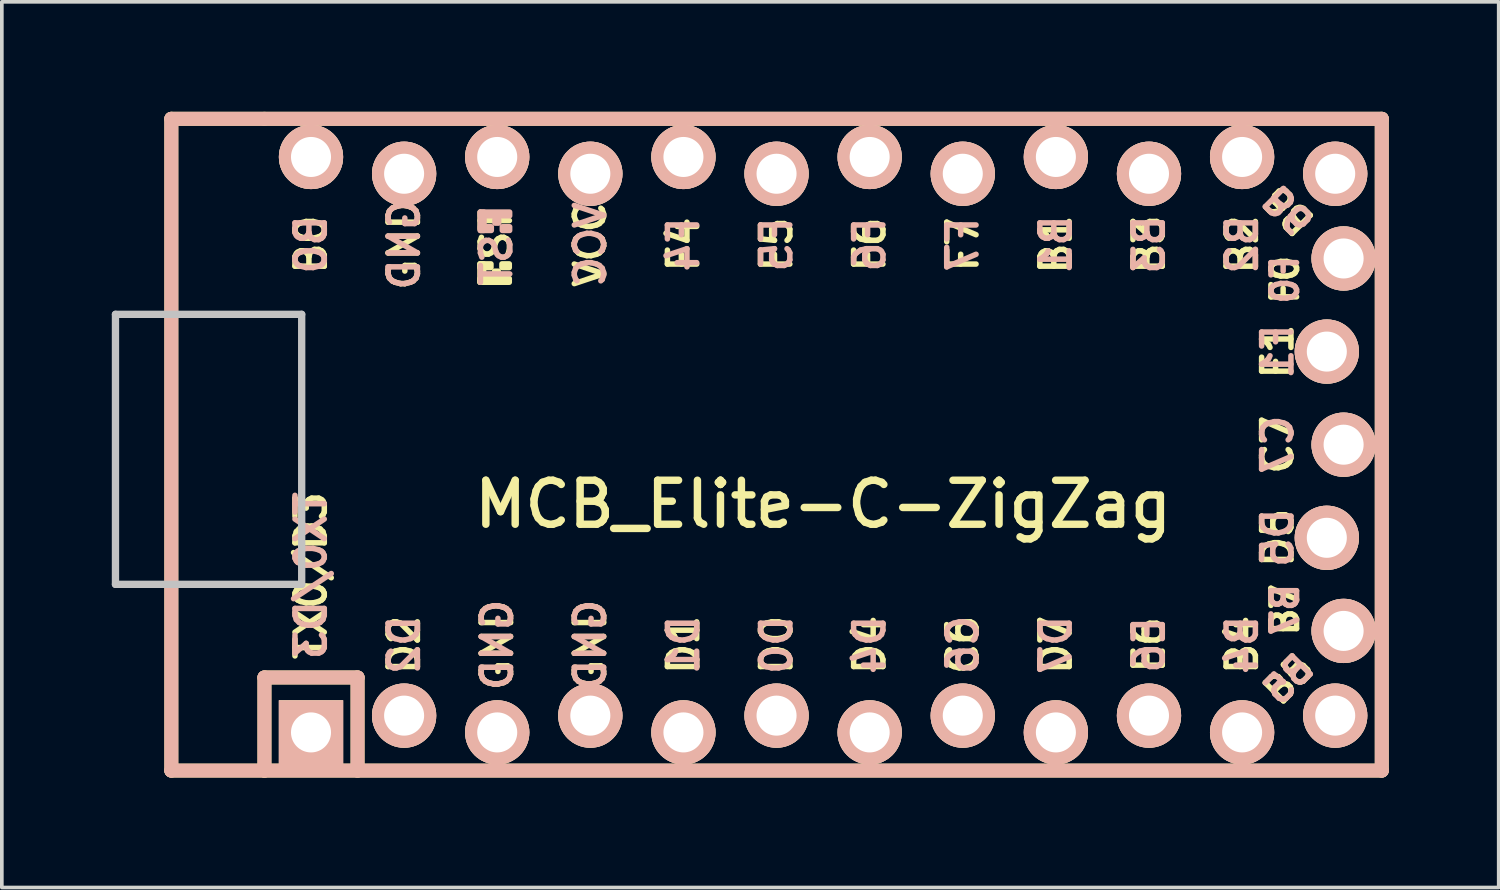
<source format=kicad_pcb>
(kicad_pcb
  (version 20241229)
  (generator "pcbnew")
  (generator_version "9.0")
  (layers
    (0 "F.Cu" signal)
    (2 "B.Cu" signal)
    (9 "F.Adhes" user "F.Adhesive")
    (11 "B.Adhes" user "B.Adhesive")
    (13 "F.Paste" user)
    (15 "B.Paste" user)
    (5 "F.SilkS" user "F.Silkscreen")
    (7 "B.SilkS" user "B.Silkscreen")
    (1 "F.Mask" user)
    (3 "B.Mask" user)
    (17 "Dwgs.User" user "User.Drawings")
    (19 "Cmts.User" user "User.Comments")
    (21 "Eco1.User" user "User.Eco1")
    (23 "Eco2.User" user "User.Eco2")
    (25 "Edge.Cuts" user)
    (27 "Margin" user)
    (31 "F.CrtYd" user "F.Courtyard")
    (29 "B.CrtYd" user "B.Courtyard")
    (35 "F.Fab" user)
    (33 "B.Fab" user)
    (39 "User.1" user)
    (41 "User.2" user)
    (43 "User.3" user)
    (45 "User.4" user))
  (footprint "MCB_Elite-C-ZigZag"
    (layer "F.Cu")
    (at 19.404 9.081)
    (property "Reference" "MCB_Elite-C-ZigZag" (at 0 1.625 0) (layer "F.SilkS") (effects (font (size 1.2 1.2) (thickness 0.203))))
    (attr through_hole)
    (fp_line (start -17.78 -8.89) (end -17.78 8.89) (stroke (width 0.381) (type solid)) (layer "F.SilkS"))
    (fp_line (start -17.78 8.89) (end -15.24 8.89) (stroke (width 0.381) (type solid)) (layer "F.SilkS"))
    (fp_line (start -15.24 -8.89) (end -17.78 -8.89) (stroke (width 0.381) (type solid)) (layer "F.SilkS"))
    (fp_line (start -15.24 6.35) (end -15.24 8.89) (stroke (width 0.381) (type solid)) (layer "F.SilkS"))
    (fp_line (start -15.24 6.35) (end -12.7 6.35) (stroke (width 0.381) (type solid)) (layer "F.SilkS"))
    (fp_line (start -15.24 8.89) (end 15.24 8.89) (stroke (width 0.381) (type solid)) (layer "F.SilkS"))
    (fp_line (start -12.7 6.35) (end -12.7 8.89) (stroke (width 0.381) (type solid)) (layer "F.SilkS"))
    (fp_line (start 15.24 -8.89) (end -15.24 -8.89) (stroke (width 0.381) (type solid)) (layer "F.SilkS"))
    (fp_line (start 15.24 8.89) (end 15.24 -8.89) (stroke (width 0.381) (type solid)) (layer "F.SilkS"))
    (fp_poly (pts (xy -9.361 -4.932) (xy -9.261 -4.932) (xy -9.261 -4.432) (xy -9.361 -4.432)) (stroke (width 0.15) (type solid)) (fill yes) (layer "F.SilkS"))
    (fp_poly (pts (xy -9.361 -4.932) (xy -9.061 -4.932) (xy -9.061 -4.832) (xy -9.361 -4.832)) (stroke (width 0.15) (type solid)) (fill yes) (layer "F.SilkS"))
    (fp_poly (pts (xy -9.361 -4.532) (xy -8.561 -4.532) (xy -8.561 -4.432) (xy -9.361 -4.432)) (stroke (width 0.15) (type solid)) (fill yes) (layer "F.SilkS"))
    (fp_poly (pts (xy -8.961 -4.732) (xy -8.861 -4.732) (xy -8.861 -4.632) (xy -8.961 -4.632)) (stroke (width 0.15) (type solid)) (fill yes) (layer "F.SilkS"))
    (fp_poly (pts (xy -8.761 -4.932) (xy -8.561 -4.932) (xy -8.561 -4.832) (xy -8.761 -4.832)) (stroke (width 0.15) (type solid)) (fill yes) (layer "F.SilkS"))
    (fp_line (start -17.78 -8.89) (end -17.78 8.89) (stroke (width 0.381) (type solid)) (layer "B.SilkS"))
    (fp_line (start -17.78 8.89) (end 15.24 8.89) (stroke (width 0.381) (type solid)) (layer "B.SilkS"))
    (fp_line (start -15.24 6.35) (end -15.24 8.89) (stroke (width 0.381) (type solid)) (layer "B.SilkS"))
    (fp_line (start -15.24 6.35) (end -12.7 6.35) (stroke (width 0.381) (type solid)) (layer "B.SilkS"))
    (fp_line (start -12.7 6.35) (end -12.7 8.89) (stroke (width 0.381) (type solid)) (layer "B.SilkS"))
    (fp_line (start 15.24 -8.89) (end -17.78 -8.89) (stroke (width 0.381) (type solid)) (layer "B.SilkS"))
    (fp_line (start 15.24 8.89) (end 15.24 -8.89) (stroke (width 0.381) (type solid)) (layer "B.SilkS"))
    (fp_poly (pts (xy -9.351 -6.245) (xy -8.551 -6.245) (xy -8.551 -6.345) (xy -9.351 -6.345)) (stroke (width 0.15) (type solid)) (fill yes) (layer "B.SilkS"))
    (fp_poly (pts (xy -9.351 -5.845) (xy -9.251 -5.845) (xy -9.251 -6.345) (xy -9.351 -6.345)) (stroke (width 0.15) (type solid)) (fill yes) (layer "B.SilkS"))
    (fp_poly (pts (xy -9.351 -5.845) (xy -9.051 -5.845) (xy -9.051 -5.945) (xy -9.351 -5.945)) (stroke (width 0.15) (type solid)) (fill yes) (layer "B.SilkS"))
    (fp_poly (pts (xy -8.951 -6.045) (xy -8.851 -6.045) (xy -8.851 -6.145) (xy -8.951 -6.145)) (stroke (width 0.15) (type solid)) (fill yes) (layer "B.SilkS"))
    (fp_poly (pts (xy -8.751 -5.845) (xy -8.551 -5.845) (xy -8.551 -5.945) (xy -8.751 -5.945)) (stroke (width 0.15) (type solid)) (fill yes) (layer "B.SilkS"))
    (fp_line (start -19.304 -3.556) (end -14.224 -3.556) (stroke (width 0.2) (type solid)) (layer "Dwgs.User"))
    (fp_line (start -19.304 3.81) (end -19.304 -3.556) (stroke (width 0.2) (type solid)) (layer "Dwgs.User"))
    (fp_line (start -14.224 -3.556) (end -14.224 3.81) (stroke (width 0.2) (type solid)) (layer "Dwgs.User"))
    (fp_line (start -14.224 3.81) (end -19.304 3.81) (stroke (width 0.2) (type solid)) (layer "Dwgs.User"))
    (fp_text user "B3" (at 8.89 -5.461 90) (layer "F.SilkS") (effects (font (size 0.8 0.8) (thickness 0.15))))
    (fp_text user "GND" (at -6.35 5.461 90) (layer "F.SilkS") (effects (font (size 0.8 0.8) (thickness 0.15))))
    (fp_text user "C6" (at 3.81 5.461 90) (layer "F.SilkS") (effects (font (size 0.8 0.8) (thickness 0.15))))
    (fp_text user "B1" (at 6.35 -5.461 90) (layer "F.SilkS") (effects (font (size 0.8 0.8) (thickness 0.15))))
    (fp_text user "GND" (at -11.43 -5.461 90) (layer "F.SilkS") (effects (font (size 0.8 0.8) (thickness 0.15))))
    (fp_text user "GND" (at -8.89 5.461 90) (layer "F.SilkS") (effects (font (size 0.8 0.8) (thickness 0.15))))
    (fp_text user "F4" (at -3.81 -5.461 90) (layer "F.SilkS") (effects (font (size 0.8 0.8) (thickness 0.15))))
    (fp_text user "B7" (at 12.6 4.5 90) (layer "F.SilkS") (effects (font (size 0.7 0.7) (thickness 0.15))))
    (fp_text user "C7" (at 12.4 0 90) (layer "F.SilkS") (effects (font (size 0.8 0.8) (thickness 0.15))))
    (fp_text user "E6" (at 8.89 5.461 90) (layer "F.SilkS") (effects (font (size 0.8 0.8) (thickness 0.15))))
    (fp_text user "F6" (at 1.27 -5.461 90) (layer "F.SilkS") (effects (font (size 0.8 0.8) (thickness 0.15))))
    (fp_text user "VCC" (at -6.35 -5.461 90) (layer "F.SilkS") (effects (font (size 0.8 0.8) (thickness 0.15))))
    (fp_text user "B0" (at -13.97 -5.461 90) (layer "F.SilkS") (effects (font (size 0.8 0.8) (thickness 0.15))))
    (fp_text user "F0" (at 12.6 -4.5 90) (layer "F.SilkS") (effects (font (size 0.7 0.7) (thickness 0.15))))
    (fp_text user "B5" (at 12.7 6.4 45) (layer "F.SilkS") (effects (font (size 0.7 0.7) (thickness 0.15))))
    (fp_text user "ST" (at -8.92 -5.733 90) (layer "F.SilkS") (effects (font (size 0.8 0.8) (thickness 0.15))))
    (fp_text user "TX0/D3" (at -13.97 3.572 90) (layer "F.SilkS") (effects (font (size 0.8 0.8) (thickness 0.15))))
    (fp_text user "B2" (at 11.43 -5.461 90) (layer "F.SilkS") (effects (font (size 0.8 0.8) (thickness 0.15))))
    (fp_text user "D7" (at 6.35 5.461 90) (layer "F.SilkS") (effects (font (size 0.8 0.8) (thickness 0.15))))
    (fp_text user "D5" (at 12.4 2.54 90) (layer "F.SilkS") (effects (font (size 0.8 0.8) (thickness 0.15))))
    (fp_text user "F7" (at 3.81 -5.461 90) (layer "F.SilkS") (effects (font (size 0.8 0.8) (thickness 0.15))))
    (fp_text user "D0" (at -1.27 5.461 90) (layer "F.SilkS") (effects (font (size 0.8 0.8) (thickness 0.15))))
    (fp_text user "D1" (at -3.81 5.461 90) (layer "F.SilkS") (effects (font (size 0.8 0.8) (thickness 0.15))))
    (fp_text user "F5" (at -1.27 -5.461 90) (layer "F.SilkS") (effects (font (size 0.8 0.8) (thickness 0.15))))
    (fp_text user "D4" (at 1.27 5.461 90) (layer "F.SilkS") (effects (font (size 0.8 0.8) (thickness 0.15))))
    (fp_text user "B6" (at 12.7 -6.4 135) (unlocked yes) (layer "F.SilkS") (effects (font (size 0.7 0.7) (thickness 0.15))))
    (fp_text user "F1" (at 12.4 -2.54 90) (layer "F.SilkS") (effects (font (size 0.8 0.8) (thickness 0.15))))
    (fp_text user "B4" (at 11.43 5.461 90) (layer "F.SilkS") (effects (font (size 0.8 0.8) (thickness 0.15))))
    (fp_text user "D2" (at -11.43 5.461 90) (layer "F.SilkS") (effects (font (size 0.8 0.8) (thickness 0.15))))
    (fp_text user "B0" (at -13.97 -5.461 90) (layer "B.SilkS") (effects (font (size 0.8 0.8) (thickness 0.15)) (justify mirror)))
    (fp_text user "C7" (at 12.4 0 90) (layer "B.SilkS") (effects (font (size 0.8 0.8) (thickness 0.15)) (justify mirror)))
    (fp_text user "B6" (at 12.7 -6.4 135) (unlocked yes) (layer "B.SilkS") (effects (font (size 0.7 0.7) (thickness 0.15)) (justify mirror)))
    (fp_text user "F5" (at -1.27 -5.461 90) (layer "B.SilkS") (effects (font (size 0.8 0.8) (thickness 0.15)) (justify mirror)))
    (fp_text user "B5" (at 12.7 6.4 45) (layer "B.SilkS") (effects (font (size 0.7 0.7) (thickness 0.15)) (justify mirror)))
    (fp_text user "GND" (at -11.43 -5.461 90) (layer "B.SilkS") (effects (font (size 0.8 0.8) (thickness 0.15)) (justify mirror)))
    (fp_text user "B7" (at 12.6 4.5 90) (layer "B.SilkS") (effects (font (size 0.7 0.7) (thickness 0.15)) (justify mirror)))
    (fp_text user "D1" (at -3.81 5.461 90) (layer "B.SilkS") (effects (font (size 0.8 0.8) (thickness 0.15)) (justify mirror)))
    (fp_text user "C6" (at 3.81 5.461 90) (layer "B.SilkS") (effects (font (size 0.8 0.8) (thickness 0.15)) (justify mirror)))
    (fp_text user "E6" (at 8.89 5.461 90) (layer "B.SilkS") (effects (font (size 0.8 0.8) (thickness 0.15)) (justify mirror)))
    (fp_text user "F7" (at 3.81 -5.461 90) (layer "B.SilkS") (effects (font (size 0.8 0.8) (thickness 0.15)) (justify mirror)))
    (fp_text user "TX0/D3" (at -13.97 3.572 90) (layer "B.SilkS") (effects (font (size 0.8 0.8) (thickness 0.15)) (justify mirror)))
    (fp_text user "VCC" (at -6.35 -5.461 90) (layer "B.SilkS") (effects (font (size 0.8 0.8) (thickness 0.15)) (justify mirror)))
    (fp_text user "D5" (at 12.4 2.54 90) (layer "B.SilkS") (effects (font (size 0.8 0.8) (thickness 0.15)) (justify mirror)))
    (fp_text user "ST" (at -8.91 -5.04 90) (layer "B.SilkS") (effects (font (size 0.8 0.8) (thickness 0.15)) (justify mirror)))
    (fp_text user "D0" (at -1.27 5.461 90) (layer "B.SilkS") (effects (font (size 0.8 0.8) (thickness 0.15)) (justify mirror)))
    (fp_text user "B2" (at 11.43 -5.461 90) (layer "B.SilkS") (effects (font (size 0.8 0.8) (thickness 0.15)) (justify mirror)))
    (fp_text user "GND" (at -8.89 5.461 90) (layer "B.SilkS") (effects (font (size 0.8 0.8) (thickness 0.15)) (justify mirror)))
    (fp_text user "F4" (at -3.81 -5.461 90) (layer "B.SilkS") (effects (font (size 0.8 0.8) (thickness 0.15)) (justify mirror)))
    (fp_text user "B3" (at 8.89 -5.461 90) (layer "B.SilkS") (effects (font (size 0.8 0.8) (thickness 0.15)) (justify mirror)))
    (fp_text user "B1" (at 6.35 -5.461 90) (layer "B.SilkS") (effects (font (size 0.8 0.8) (thickness 0.15)) (justify mirror)))
    (fp_text user "F6" (at 1.27 -5.461 90) (layer "B.SilkS") (effects (font (size 0.8 0.8) (thickness 0.15)) (justify mirror)))
    (fp_text user "D2" (at -11.43 5.461 90) (layer "B.SilkS") (effects (font (size 0.8 0.8) (thickness 0.15)) (justify mirror)))
    (fp_text user "F0" (at 12.6 -4.5 90) (layer "B.SilkS") (effects (font (size 0.7 0.7) (thickness 0.15)) (justify mirror)))
    (fp_text user "D4" (at 1.27 5.461 90) (layer "B.SilkS") (effects (font (size 0.8 0.8) (thickness 0.15)) (justify mirror)))
    (fp_text user "F1" (at 12.4 -2.54 90) (layer "B.SilkS") (effects (font (size 0.8 0.8) (thickness 0.15)) (justify mirror)))
    (fp_text user "GND" (at -6.35 5.461 90) (layer "B.SilkS") (effects (font (size 0.8 0.8) (thickness 0.15)) (justify mirror)))
    (fp_text user "B4" (at 11.43 5.461 90) (layer "B.SilkS") (effects (font (size 0.8 0.8) (thickness 0.15)) (justify mirror)))
    (fp_text user "D7" (at 6.35 5.461 90) (layer "B.SilkS") (effects (font (size 0.8 0.8) (thickness 0.15)) (justify mirror)))
    (pad "1" thru_hole rect (at -13.97 7.849) (size 1.753 1.753) (drill 1.092) (layers "*.Cu" "*.SilkS" "*.Mask"))
    (pad "2" thru_hole circle (at -11.43 7.391) (size 1.753 1.753) (drill 1.092) (layers "*.Cu" "*.SilkS" "*.Mask"))
    (pad "3" thru_hole circle (at -8.89 7.849) (size 1.753 1.753) (drill 1.092) (layers "*.Cu" "*.SilkS" "*.Mask"))
    (pad "4" thru_hole circle (at -6.35 7.391) (size 1.753 1.753) (drill 1.092) (layers "*.Cu" "*.SilkS" "*.Mask"))
    (pad "5" thru_hole circle (at -3.81 7.849) (size 1.753 1.753) (drill 1.092) (layers "*.Cu" "*.SilkS" "*.Mask"))
    (pad "6" thru_hole circle (at -1.27 7.391) (size 1.753 1.753) (drill 1.092) (layers "*.Cu" "*.SilkS" "*.Mask"))
    (pad "7" thru_hole circle (at 1.27 7.849) (size 1.753 1.753) (drill 1.092) (layers "*.Cu" "*.SilkS" "*.Mask"))
    (pad "8" thru_hole circle (at 3.81 7.391) (size 1.753 1.753) (drill 1.092) (layers "*.Cu" "*.SilkS" "*.Mask"))
    (pad "9" thru_hole circle (at 6.35 7.849) (size 1.753 1.753) (drill 1.092) (layers "*.Cu" "*.SilkS" "*.Mask"))
    (pad "10" thru_hole circle (at 8.89 7.391) (size 1.753 1.753) (drill 1.092) (layers "*.Cu" "*.SilkS" "*.Mask"))
    (pad "11" thru_hole circle (at 11.43 7.849) (size 1.753 1.753) (drill 1.092) (layers "*.Cu" "*.SilkS" "*.Mask"))
    (pad "12" thru_hole circle (at 13.97 7.391) (size 1.753 1.753) (drill 1.092) (layers "*.Cu" "*.SilkS" "*.Mask"))
    (pad "13" thru_hole circle (at 13.97 -7.391) (size 1.753 1.753) (drill 1.092) (layers "*.Cu" "*.SilkS" "*.Mask"))
    (pad "14" thru_hole circle (at 11.43 -7.849) (size 1.753 1.753) (drill 1.092) (layers "*.Cu" "*.SilkS" "*.Mask"))
    (pad "15" thru_hole circle (at 8.89 -7.391) (size 1.753 1.753) (drill 1.092) (layers "*.Cu" "*.SilkS" "*.Mask"))
    (pad "16" thru_hole circle (at 6.35 -7.849) (size 1.753 1.753) (drill 1.092) (layers "*.Cu" "*.SilkS" "*.Mask"))
    (pad "17" thru_hole circle (at 3.81 -7.391) (size 1.753 1.753) (drill 1.092) (layers "*.Cu" "*.SilkS" "*.Mask"))
    (pad "18" thru_hole circle (at 1.27 -7.849) (size 1.753 1.753) (drill 1.092) (layers "*.Cu" "*.SilkS" "*.Mask"))
    (pad "19" thru_hole circle (at -1.27 -7.391) (size 1.753 1.753) (drill 1.092) (layers "*.Cu" "*.SilkS" "*.Mask"))
    (pad "20" thru_hole circle (at -3.81 -7.849) (size 1.753 1.753) (drill 1.092) (layers "*.Cu" "*.SilkS" "*.Mask"))
    (pad "21" thru_hole circle (at -6.35 -7.391) (size 1.753 1.753) (drill 1.092) (layers "*.Cu" "*.SilkS" "*.Mask"))
    (pad "22" thru_hole circle (at -8.89 -7.849) (size 1.753 1.753) (drill 1.092) (layers "*.Cu" "*.SilkS" "*.Mask"))
    (pad "23" thru_hole circle (at -11.43 -7.391) (size 1.753 1.753) (drill 1.092) (layers "*.Cu" "*.SilkS" "*.Mask"))
    (pad "24" thru_hole circle (at -13.97 -7.849) (size 1.753 1.753) (drill 1.092) (layers "*.Cu" "*.SilkS" "*.Mask"))
    (pad "25" thru_hole circle (at 14.199 5.08) (size 1.753 1.753) (drill 1.092) (layers "*.Cu" "*.SilkS" "*.Mask"))
    (pad "26" thru_hole circle (at 13.741 2.54) (size 1.753 1.753) (drill 1.092) (layers "*.Cu" "*.SilkS" "*.Mask"))
    (pad "27" thru_hole circle (at 14.199 0) (size 1.753 1.753) (drill 1.092) (layers "*.Cu" "*.SilkS" "*.Mask"))
    (pad "28" thru_hole circle (at 13.741 -2.54) (size 1.753 1.753) (drill 1.092) (layers "*.Cu" "*.SilkS" "*.Mask"))
    (pad "29" thru_hole circle (at 14.199 -5.08) (size 1.753 1.753) (drill 1.092) (layers "*.Cu" "*.SilkS" "*.Mask")))
  (gr_rect
    (start -3 -3)
    (end 37.834 21.161)
    (stroke (width 0.1) (type default))
    (fill no)
    (layer "Edge.Cuts")))
</source>
